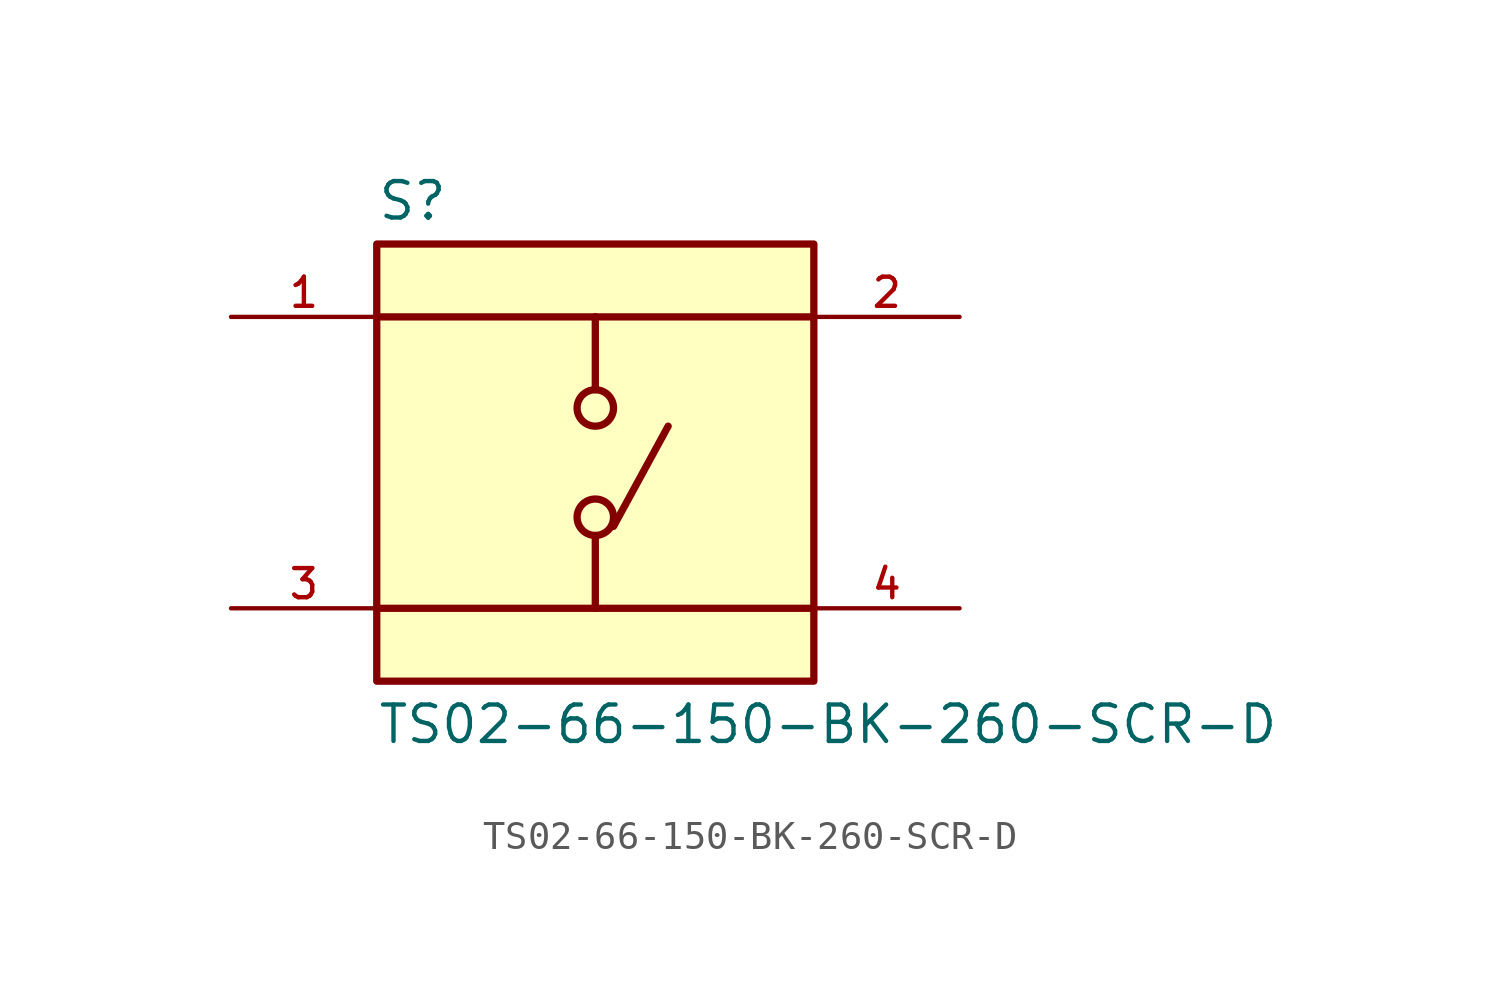
<source format=kicad_sym>
(kicad_symbol_lib
  (version 20211014)
  (generator kicad_symbol_editor)
  (symbol "TS02-66-150-BK-260-SCR-D"
    (pin_names
      (offset 1.016))
    (property "Reference" "S"
      (at -7.62 8.382 0)
      (effects (font (size 1.27 1.27)) (justify bottom left)))
    (property "Value" "TS02-66-150-BK-260-SCR-D"
      (at -7.62 -8.382 0)
      (effects (font (size 1.27 1.27)) (justify top left)))
    (symbol "TS02-66-150-BK-260-SCR-D_0_0"
      (polyline (pts (xy 0.0 5.08) (xy 0.0 2.54)) (stroke (width 0.254)))
      (polyline (pts (xy 0.0 -2.54) (xy 0.0 -5.08)) (stroke (width 0.254)))
      (polyline (pts (xy 0.0 5.08) (xy -7.62 5.08)) (stroke (width 0.254)))
      (polyline (pts (xy 0.0 5.08) (xy 7.62 5.08)) (stroke (width 0.254)))
      (polyline (pts (xy 0.0 -5.08) (xy -7.62 -5.08)) (stroke (width 0.254)))
      (polyline (pts (xy 0.0 -5.08) (xy 7.62 -5.08)) (stroke (width 0.254)))
      (circle (center 0.0 -1.905) (radius 0.635) (stroke (width 0.254)) (fill (type none)))
      (circle (center 0.0 1.905) (radius 0.635) (stroke (width 0.254)) (fill (type none)))
      (polyline (pts (xy 0.635 -2.223) (xy 2.54 1.27)) (stroke (width 0.254)))
      (rectangle (start -7.62 -7.62) (end 7.62 7.62) (stroke (width 0.254)) (fill (type background)))
      (pin passive line (at -12.7 5.08 0) (length 5.08) (name "~" (effects (font (size 1.016 1.016)))) (number "1" (effects (font (size 1.016 1.016)))))
      (pin passive line (at -12.7 -5.08 0) (length 5.08) (name "~" (effects (font (size 1.016 1.016)))) (number "3" (effects (font (size 1.016 1.016)))))
      (pin passive line (at 12.7 5.08 180.0) (length 5.08) (name "~" (effects (font (size 1.016 1.016)))) (number "2" (effects (font (size 1.016 1.016)))))
      (pin passive line (at 12.7 -5.08 180.0) (length 5.08) (name "~" (effects (font (size 1.016 1.016)))) (number "4" (effects (font (size 1.016 1.016))))))))
</source>
